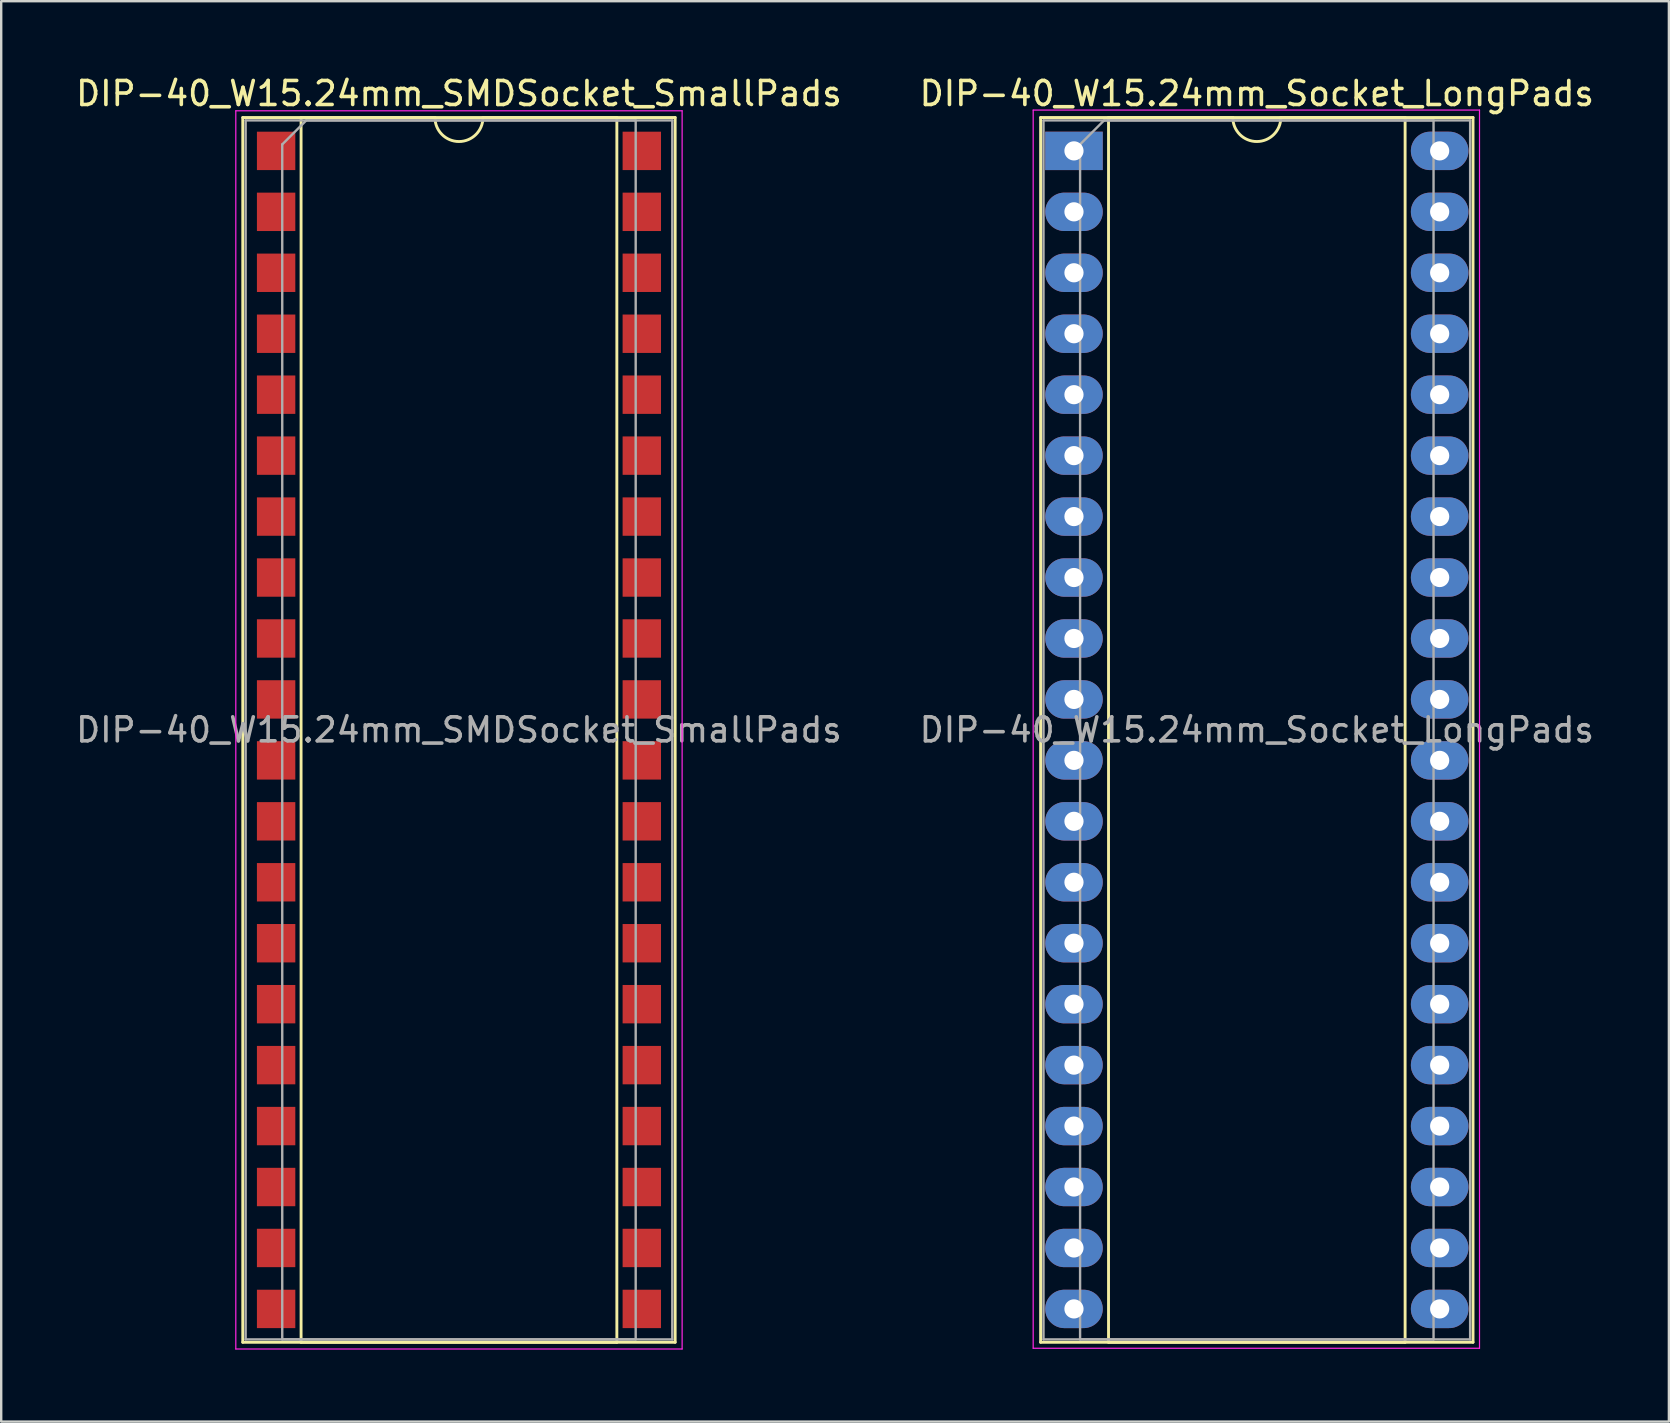
<source format=kicad_pcb>
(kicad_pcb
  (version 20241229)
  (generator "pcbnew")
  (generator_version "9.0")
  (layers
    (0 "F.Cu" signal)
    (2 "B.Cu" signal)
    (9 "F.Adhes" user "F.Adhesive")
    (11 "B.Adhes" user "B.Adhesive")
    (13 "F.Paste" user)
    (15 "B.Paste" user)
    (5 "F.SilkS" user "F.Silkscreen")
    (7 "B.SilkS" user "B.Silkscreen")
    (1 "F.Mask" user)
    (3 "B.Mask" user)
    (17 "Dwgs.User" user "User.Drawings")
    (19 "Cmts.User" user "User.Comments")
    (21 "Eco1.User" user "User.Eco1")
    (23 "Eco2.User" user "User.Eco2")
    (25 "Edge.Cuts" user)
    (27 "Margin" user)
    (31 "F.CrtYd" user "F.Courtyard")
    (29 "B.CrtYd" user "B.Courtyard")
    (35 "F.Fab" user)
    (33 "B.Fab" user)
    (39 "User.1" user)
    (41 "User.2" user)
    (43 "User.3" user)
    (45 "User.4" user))
  (footprint "DIP-40_W15.24mm_Socket_LongPads"
    (layer "F.Cu")
    (at 41.707 3.238)
    (property "Reference" "DIP-40_W15.24mm_Socket_LongPads" (at 7.62 -2.39 0) (layer "F.SilkS") (effects (font (size 1 1) (thickness 0.15))))
    (attr through_hole)
    (fp_line (start -1.39 -1.39) (end -1.39 49.65) (stroke (width 0.12) (type solid)) (layer "F.SilkS"))
    (fp_line (start -1.39 49.65) (end 16.63 49.65) (stroke (width 0.12) (type solid)) (layer "F.SilkS"))
    (fp_line (start 1.44 -1.39) (end 1.44 49.65) (stroke (width 0.12) (type solid)) (layer "F.SilkS"))
    (fp_line (start 1.44 49.65) (end 13.8 49.65) (stroke (width 0.12) (type solid)) (layer "F.SilkS"))
    (fp_line (start 6.62 -1.39) (end 1.44 -1.39) (stroke (width 0.12) (type solid)) (layer "F.SilkS"))
    (fp_line (start 13.8 -1.39) (end 8.62 -1.39) (stroke (width 0.12) (type solid)) (layer "F.SilkS"))
    (fp_line (start 13.8 49.65) (end 13.8 -1.39) (stroke (width 0.12) (type solid)) (layer "F.SilkS"))
    (fp_line (start 16.63 -1.39) (end -1.39 -1.39) (stroke (width 0.12) (type solid)) (layer "F.SilkS"))
    (fp_line (start 16.63 49.65) (end 16.63 -1.39) (stroke (width 0.12) (type solid)) (layer "F.SilkS"))
    (fp_arc (start 8.62 -1.39) (mid 7.62 -0.39) (end 6.62 -1.39) (stroke (width 0.12) (type solid)) (layer "F.SilkS"))
    (fp_line (start -1.7 -1.7) (end -1.7 49.9) (stroke (width 0.05) (type solid)) (layer "F.CrtYd"))
    (fp_line (start -1.7 49.9) (end 16.9 49.9) (stroke (width 0.05) (type solid)) (layer "F.CrtYd"))
    (fp_line (start 16.9 -1.7) (end -1.7 -1.7) (stroke (width 0.05) (type solid)) (layer "F.CrtYd"))
    (fp_line (start 16.9 49.9) (end 16.9 -1.7) (stroke (width 0.05) (type solid)) (layer "F.CrtYd"))
    (fp_line (start -1.27 -1.27) (end -1.27 49.53) (stroke (width 0.1) (type solid)) (layer "F.Fab"))
    (fp_line (start -1.27 49.53) (end 16.51 49.53) (stroke (width 0.1) (type solid)) (layer "F.Fab"))
    (fp_line (start 0.255 -0.27) (end 1.255 -1.27) (stroke (width 0.1) (type solid)) (layer "F.Fab"))
    (fp_line (start 0.255 49.53) (end 0.255 -0.27) (stroke (width 0.1) (type solid)) (layer "F.Fab"))
    (fp_line (start 1.255 -1.27) (end 14.985 -1.27) (stroke (width 0.1) (type solid)) (layer "F.Fab"))
    (fp_line (start 14.985 -1.27) (end 14.985 49.53) (stroke (width 0.1) (type solid)) (layer "F.Fab"))
    (fp_line (start 14.985 49.53) (end 0.255 49.53) (stroke (width 0.1) (type solid)) (layer "F.Fab"))
    (fp_line (start 16.51 -1.27) (end -1.27 -1.27) (stroke (width 0.1) (type solid)) (layer "F.Fab"))
    (fp_line (start 16.51 49.53) (end 16.51 -1.27) (stroke (width 0.1) (type solid)) (layer "F.Fab"))
    (fp_text user "${REFERENCE}" (at 7.62 24.13 0) (layer "F.Fab") (effects (font (size 1 1) (thickness 0.15))))
    (pad "1" thru_hole rect (at 0 0) (size 2.4 1.6) (drill 0.8) (layers "*.Cu" "*.Mask"))
    (pad "2" thru_hole oval (at 0 2.54) (size 2.4 1.6) (drill 0.8) (layers "*.Cu" "*.Mask"))
    (pad "3" thru_hole oval (at 0 5.08) (size 2.4 1.6) (drill 0.8) (layers "*.Cu" "*.Mask"))
    (pad "4" thru_hole oval (at 0 7.62) (size 2.4 1.6) (drill 0.8) (layers "*.Cu" "*.Mask"))
    (pad "5" thru_hole oval (at 0 10.16) (size 2.4 1.6) (drill 0.8) (layers "*.Cu" "*.Mask"))
    (pad "6" thru_hole oval (at 0 12.7) (size 2.4 1.6) (drill 0.8) (layers "*.Cu" "*.Mask"))
    (pad "7" thru_hole oval (at 0 15.24) (size 2.4 1.6) (drill 0.8) (layers "*.Cu" "*.Mask"))
    (pad "8" thru_hole oval (at 0 17.78) (size 2.4 1.6) (drill 0.8) (layers "*.Cu" "*.Mask"))
    (pad "9" thru_hole oval (at 0 20.32) (size 2.4 1.6) (drill 0.8) (layers "*.Cu" "*.Mask"))
    (pad "10" thru_hole oval (at 0 22.86) (size 2.4 1.6) (drill 0.8) (layers "*.Cu" "*.Mask"))
    (pad "11" thru_hole oval (at 0 25.4) (size 2.4 1.6) (drill 0.8) (layers "*.Cu" "*.Mask"))
    (pad "12" thru_hole oval (at 0 27.94) (size 2.4 1.6) (drill 0.8) (layers "*.Cu" "*.Mask"))
    (pad "13" thru_hole oval (at 0 30.48) (size 2.4 1.6) (drill 0.8) (layers "*.Cu" "*.Mask"))
    (pad "14" thru_hole oval (at 0 33.02) (size 2.4 1.6) (drill 0.8) (layers "*.Cu" "*.Mask"))
    (pad "15" thru_hole oval (at 0 35.56) (size 2.4 1.6) (drill 0.8) (layers "*.Cu" "*.Mask"))
    (pad "16" thru_hole oval (at 0 38.1) (size 2.4 1.6) (drill 0.8) (layers "*.Cu" "*.Mask"))
    (pad "17" thru_hole oval (at 0 40.64) (size 2.4 1.6) (drill 0.8) (layers "*.Cu" "*.Mask"))
    (pad "18" thru_hole oval (at 0 43.18) (size 2.4 1.6) (drill 0.8) (layers "*.Cu" "*.Mask"))
    (pad "19" thru_hole oval (at 0 45.72) (size 2.4 1.6) (drill 0.8) (layers "*.Cu" "*.Mask"))
    (pad "20" thru_hole oval (at 0 48.26) (size 2.4 1.6) (drill 0.8) (layers "*.Cu" "*.Mask"))
    (pad "21" thru_hole oval (at 15.24 48.26) (size 2.4 1.6) (drill 0.8) (layers "*.Cu" "*.Mask"))
    (pad "22" thru_hole oval (at 15.24 45.72) (size 2.4 1.6) (drill 0.8) (layers "*.Cu" "*.Mask"))
    (pad "23" thru_hole oval (at 15.24 43.18) (size 2.4 1.6) (drill 0.8) (layers "*.Cu" "*.Mask"))
    (pad "24" thru_hole oval (at 15.24 40.64) (size 2.4 1.6) (drill 0.8) (layers "*.Cu" "*.Mask"))
    (pad "25" thru_hole oval (at 15.24 38.1) (size 2.4 1.6) (drill 0.8) (layers "*.Cu" "*.Mask"))
    (pad "26" thru_hole oval (at 15.24 35.56) (size 2.4 1.6) (drill 0.8) (layers "*.Cu" "*.Mask"))
    (pad "27" thru_hole oval (at 15.24 33.02) (size 2.4 1.6) (drill 0.8) (layers "*.Cu" "*.Mask"))
    (pad "28" thru_hole oval (at 15.24 30.48) (size 2.4 1.6) (drill 0.8) (layers "*.Cu" "*.Mask"))
    (pad "29" thru_hole oval (at 15.24 27.94) (size 2.4 1.6) (drill 0.8) (layers "*.Cu" "*.Mask"))
    (pad "30" thru_hole oval (at 15.24 25.4) (size 2.4 1.6) (drill 0.8) (layers "*.Cu" "*.Mask"))
    (pad "31" thru_hole oval (at 15.24 22.86) (size 2.4 1.6) (drill 0.8) (layers "*.Cu" "*.Mask"))
    (pad "32" thru_hole oval (at 15.24 20.32) (size 2.4 1.6) (drill 0.8) (layers "*.Cu" "*.Mask"))
    (pad "33" thru_hole oval (at 15.24 17.78) (size 2.4 1.6) (drill 0.8) (layers "*.Cu" "*.Mask"))
    (pad "34" thru_hole oval (at 15.24 15.24) (size 2.4 1.6) (drill 0.8) (layers "*.Cu" "*.Mask"))
    (pad "35" thru_hole oval (at 15.24 12.7) (size 2.4 1.6) (drill 0.8) (layers "*.Cu" "*.Mask"))
    (pad "36" thru_hole oval (at 15.24 10.16) (size 2.4 1.6) (drill 0.8) (layers "*.Cu" "*.Mask"))
    (pad "37" thru_hole oval (at 15.24 7.62) (size 2.4 1.6) (drill 0.8) (layers "*.Cu" "*.Mask"))
    (pad "38" thru_hole oval (at 15.24 5.08) (size 2.4 1.6) (drill 0.8) (layers "*.Cu" "*.Mask"))
    (pad "39" thru_hole oval (at 15.24 2.54) (size 2.4 1.6) (drill 0.8) (layers "*.Cu" "*.Mask"))
    (pad "40" thru_hole oval (at 15.24 0) (size 2.4 1.6) (drill 0.8) (layers "*.Cu" "*.Mask")))
  (footprint "DIP-40_W15.24mm_SMDSocket_SmallPads"
    (layer "F.Cu")
    (at 16.077 27.368)
    (property "Reference" "DIP-40_W15.24mm_SMDSocket_SmallPads" (at 0 -26.52 0) (layer "F.SilkS") (effects (font (size 1 1) (thickness 0.15))))
    (attr smd)
    (fp_line (start -9.01 -25.52) (end -9.01 25.52) (stroke (width 0.12) (type solid)) (layer "F.SilkS"))
    (fp_line (start -9.01 25.52) (end 9.01 25.52) (stroke (width 0.12) (type solid)) (layer "F.SilkS"))
    (fp_line (start -6.58 -25.52) (end -6.58 25.52) (stroke (width 0.12) (type solid)) (layer "F.SilkS"))
    (fp_line (start -6.58 25.52) (end 6.58 25.52) (stroke (width 0.12) (type solid)) (layer "F.SilkS"))
    (fp_line (start -1 -25.52) (end -6.58 -25.52) (stroke (width 0.12) (type solid)) (layer "F.SilkS"))
    (fp_line (start 6.58 -25.52) (end 1 -25.52) (stroke (width 0.12) (type solid)) (layer "F.SilkS"))
    (fp_line (start 6.58 25.52) (end 6.58 -25.52) (stroke (width 0.12) (type solid)) (layer "F.SilkS"))
    (fp_line (start 9.01 -25.52) (end -9.01 -25.52) (stroke (width 0.12) (type solid)) (layer "F.SilkS"))
    (fp_line (start 9.01 25.52) (end 9.01 -25.52) (stroke (width 0.12) (type solid)) (layer "F.SilkS"))
    (fp_arc (start 1 -25.52) (mid 0 -24.52) (end -1 -25.52) (stroke (width 0.12) (type solid)) (layer "F.SilkS"))
    (fp_line (start -9.3 -25.8) (end -9.3 25.8) (stroke (width 0.05) (type solid)) (layer "F.CrtYd"))
    (fp_line (start -9.3 25.8) (end 9.3 25.8) (stroke (width 0.05) (type solid)) (layer "F.CrtYd"))
    (fp_line (start 9.3 -25.8) (end -9.3 -25.8) (stroke (width 0.05) (type solid)) (layer "F.CrtYd"))
    (fp_line (start 9.3 25.8) (end 9.3 -25.8) (stroke (width 0.05) (type solid)) (layer "F.CrtYd"))
    (fp_line (start -8.89 -25.4) (end -8.89 25.4) (stroke (width 0.1) (type solid)) (layer "F.Fab"))
    (fp_line (start -8.89 25.4) (end 8.89 25.4) (stroke (width 0.1) (type solid)) (layer "F.Fab"))
    (fp_line (start -7.365 -24.4) (end -6.365 -25.4) (stroke (width 0.1) (type solid)) (layer "F.Fab"))
    (fp_line (start -7.365 25.4) (end -7.365 -24.4) (stroke (width 0.1) (type solid)) (layer "F.Fab"))
    (fp_line (start -6.365 -25.4) (end 7.365 -25.4) (stroke (width 0.1) (type solid)) (layer "F.Fab"))
    (fp_line (start 7.365 -25.4) (end 7.365 25.4) (stroke (width 0.1) (type solid)) (layer "F.Fab"))
    (fp_line (start 7.365 25.4) (end -7.365 25.4) (stroke (width 0.1) (type solid)) (layer "F.Fab"))
    (fp_line (start 8.89 -25.4) (end -8.89 -25.4) (stroke (width 0.1) (type solid)) (layer "F.Fab"))
    (fp_line (start 8.89 25.4) (end 8.89 -25.4) (stroke (width 0.1) (type solid)) (layer "F.Fab"))
    (fp_text user "${REFERENCE}" (at 0 0 0) (layer "F.Fab") (effects (font (size 1 1) (thickness 0.15))))
    (pad "1" smd rect (at -7.62 -24.13) (size 1.6 1.6) (layers "F.Cu" "F.Mask" "F.Paste"))
    (pad "2" smd rect (at -7.62 -21.59) (size 1.6 1.6) (layers "F.Cu" "F.Mask" "F.Paste"))
    (pad "3" smd rect (at -7.62 -19.05) (size 1.6 1.6) (layers "F.Cu" "F.Mask" "F.Paste"))
    (pad "4" smd rect (at -7.62 -16.51) (size 1.6 1.6) (layers "F.Cu" "F.Mask" "F.Paste"))
    (pad "5" smd rect (at -7.62 -13.97) (size 1.6 1.6) (layers "F.Cu" "F.Mask" "F.Paste"))
    (pad "6" smd rect (at -7.62 -11.43) (size 1.6 1.6) (layers "F.Cu" "F.Mask" "F.Paste"))
    (pad "7" smd rect (at -7.62 -8.89) (size 1.6 1.6) (layers "F.Cu" "F.Mask" "F.Paste"))
    (pad "8" smd rect (at -7.62 -6.35) (size 1.6 1.6) (layers "F.Cu" "F.Mask" "F.Paste"))
    (pad "9" smd rect (at -7.62 -3.81) (size 1.6 1.6) (layers "F.Cu" "F.Mask" "F.Paste"))
    (pad "10" smd rect (at -7.62 -1.27) (size 1.6 1.6) (layers "F.Cu" "F.Mask" "F.Paste"))
    (pad "11" smd rect (at -7.62 1.27) (size 1.6 1.6) (layers "F.Cu" "F.Mask" "F.Paste"))
    (pad "12" smd rect (at -7.62 3.81) (size 1.6 1.6) (layers "F.Cu" "F.Mask" "F.Paste"))
    (pad "13" smd rect (at -7.62 6.35) (size 1.6 1.6) (layers "F.Cu" "F.Mask" "F.Paste"))
    (pad "14" smd rect (at -7.62 8.89) (size 1.6 1.6) (layers "F.Cu" "F.Mask" "F.Paste"))
    (pad "15" smd rect (at -7.62 11.43) (size 1.6 1.6) (layers "F.Cu" "F.Mask" "F.Paste"))
    (pad "16" smd rect (at -7.62 13.97) (size 1.6 1.6) (layers "F.Cu" "F.Mask" "F.Paste"))
    (pad "17" smd rect (at -7.62 16.51) (size 1.6 1.6) (layers "F.Cu" "F.Mask" "F.Paste"))
    (pad "18" smd rect (at -7.62 19.05) (size 1.6 1.6) (layers "F.Cu" "F.Mask" "F.Paste"))
    (pad "19" smd rect (at -7.62 21.59) (size 1.6 1.6) (layers "F.Cu" "F.Mask" "F.Paste"))
    (pad "20" smd rect (at -7.62 24.13) (size 1.6 1.6) (layers "F.Cu" "F.Mask" "F.Paste"))
    (pad "21" smd rect (at 7.62 24.13) (size 1.6 1.6) (layers "F.Cu" "F.Mask" "F.Paste"))
    (pad "22" smd rect (at 7.62 21.59) (size 1.6 1.6) (layers "F.Cu" "F.Mask" "F.Paste"))
    (pad "23" smd rect (at 7.62 19.05) (size 1.6 1.6) (layers "F.Cu" "F.Mask" "F.Paste"))
    (pad "24" smd rect (at 7.62 16.51) (size 1.6 1.6) (layers "F.Cu" "F.Mask" "F.Paste"))
    (pad "25" smd rect (at 7.62 13.97) (size 1.6 1.6) (layers "F.Cu" "F.Mask" "F.Paste"))
    (pad "26" smd rect (at 7.62 11.43) (size 1.6 1.6) (layers "F.Cu" "F.Mask" "F.Paste"))
    (pad "27" smd rect (at 7.62 8.89) (size 1.6 1.6) (layers "F.Cu" "F.Mask" "F.Paste"))
    (pad "28" smd rect (at 7.62 6.35) (size 1.6 1.6) (layers "F.Cu" "F.Mask" "F.Paste"))
    (pad "29" smd rect (at 7.62 3.81) (size 1.6 1.6) (layers "F.Cu" "F.Mask" "F.Paste"))
    (pad "30" smd rect (at 7.62 1.27) (size 1.6 1.6) (layers "F.Cu" "F.Mask" "F.Paste"))
    (pad "31" smd rect (at 7.62 -1.27) (size 1.6 1.6) (layers "F.Cu" "F.Mask" "F.Paste"))
    (pad "32" smd rect (at 7.62 -3.81) (size 1.6 1.6) (layers "F.Cu" "F.Mask" "F.Paste"))
    (pad "33" smd rect (at 7.62 -6.35) (size 1.6 1.6) (layers "F.Cu" "F.Mask" "F.Paste"))
    (pad "34" smd rect (at 7.62 -8.89) (size 1.6 1.6) (layers "F.Cu" "F.Mask" "F.Paste"))
    (pad "35" smd rect (at 7.62 -11.43) (size 1.6 1.6) (layers "F.Cu" "F.Mask" "F.Paste"))
    (pad "36" smd rect (at 7.62 -13.97) (size 1.6 1.6) (layers "F.Cu" "F.Mask" "F.Paste"))
    (pad "37" smd rect (at 7.62 -16.51) (size 1.6 1.6) (layers "F.Cu" "F.Mask" "F.Paste"))
    (pad "38" smd rect (at 7.62 -19.05) (size 1.6 1.6) (layers "F.Cu" "F.Mask" "F.Paste"))
    (pad "39" smd rect (at 7.62 -21.59) (size 1.6 1.6) (layers "F.Cu" "F.Mask" "F.Paste"))
    (pad "40" smd rect (at 7.62 -24.13) (size 1.6 1.6) (layers "F.Cu" "F.Mask" "F.Paste")))
  (gr_rect
    (start -3 -3)
    (end 66.5 56.193)
    (stroke (width 0.1) (type default))
    (fill no)
    (layer "Edge.Cuts")))
</source>
